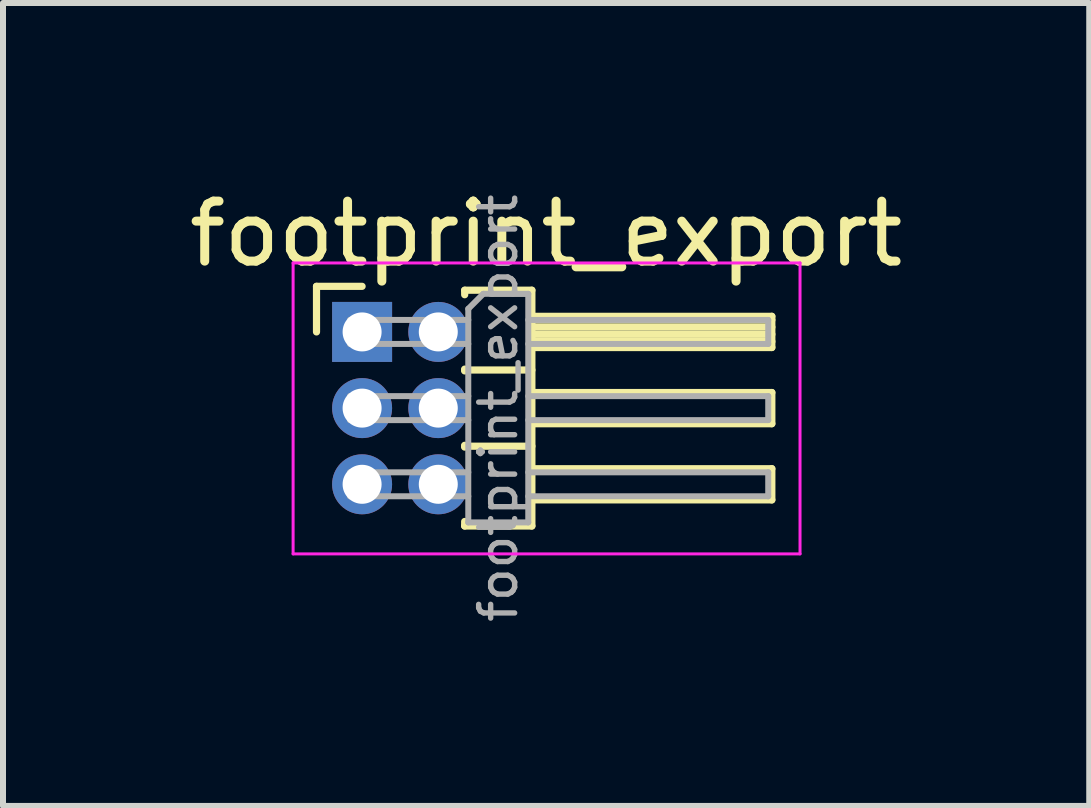
<source format=kicad_pcb>
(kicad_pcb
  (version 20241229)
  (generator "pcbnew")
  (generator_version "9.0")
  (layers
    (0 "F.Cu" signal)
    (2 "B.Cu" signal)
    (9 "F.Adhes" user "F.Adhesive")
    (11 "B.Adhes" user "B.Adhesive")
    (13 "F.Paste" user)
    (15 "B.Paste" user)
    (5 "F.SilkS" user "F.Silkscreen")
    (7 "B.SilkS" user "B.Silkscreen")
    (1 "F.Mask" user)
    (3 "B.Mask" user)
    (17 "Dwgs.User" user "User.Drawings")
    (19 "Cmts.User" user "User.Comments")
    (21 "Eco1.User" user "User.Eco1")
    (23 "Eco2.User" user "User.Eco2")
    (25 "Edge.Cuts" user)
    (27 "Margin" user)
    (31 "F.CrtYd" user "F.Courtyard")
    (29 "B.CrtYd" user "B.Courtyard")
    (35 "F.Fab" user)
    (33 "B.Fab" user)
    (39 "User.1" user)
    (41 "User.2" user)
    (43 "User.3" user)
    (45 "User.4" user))
  (footprint "footprint_export"
    (layer "F.Cu")
    (at 2.986 2.483)
    (property "Reference" "footprint_export" (at 3.067 -1.635 0) (layer "F.SilkS") (effects (font (size 1 1) (thickness 0.15))))
    (attr through_hole)
    (fp_line (start -0.76 -0.76) (end 0 -0.76) (stroke (width 0.12) (type solid)) (layer "F.SilkS"))
    (fp_line (start -0.76 0) (end -0.76 -0.76) (stroke (width 0.12) (type solid)) (layer "F.SilkS"))
    (fp_line (start 1.71 -0.695) (end 2.83 -0.695) (stroke (width 0.12) (type solid)) (layer "F.SilkS"))
    (fp_line (start 1.71 -0.62) (end 1.71 -0.695) (stroke (width 0.12) (type solid)) (layer "F.SilkS"))
    (fp_line (start 1.71 0.62) (end 1.71 0.65) (stroke (width 0.12) (type solid)) (layer "F.SilkS"))
    (fp_line (start 1.71 0.635) (end 2.83 0.635) (stroke (width 0.12) (type solid)) (layer "F.SilkS"))
    (fp_line (start 1.71 1.89) (end 1.71 1.92) (stroke (width 0.12) (type solid)) (layer "F.SilkS"))
    (fp_line (start 1.71 1.905) (end 2.83 1.905) (stroke (width 0.12) (type solid)) (layer "F.SilkS"))
    (fp_line (start 1.71 3.235) (end 1.71 3.16) (stroke (width 0.12) (type solid)) (layer "F.SilkS"))
    (fp_line (start 2.83 -0.695) (end 2.83 3.235) (stroke (width 0.12) (type solid)) (layer "F.SilkS"))
    (fp_line (start 2.83 -0.26) (end 6.83 -0.26) (stroke (width 0.12) (type solid)) (layer "F.SilkS"))
    (fp_line (start 2.83 -0.2) (end 6.83 -0.2) (stroke (width 0.12) (type solid)) (layer "F.SilkS"))
    (fp_line (start 2.83 -0.08) (end 6.83 -0.08) (stroke (width 0.12) (type solid)) (layer "F.SilkS"))
    (fp_line (start 2.83 0.04) (end 6.83 0.04) (stroke (width 0.12) (type solid)) (layer "F.SilkS"))
    (fp_line (start 2.83 0.16) (end 6.83 0.16) (stroke (width 0.12) (type solid)) (layer "F.SilkS"))
    (fp_line (start 2.83 1.01) (end 6.83 1.01) (stroke (width 0.12) (type solid)) (layer "F.SilkS"))
    (fp_line (start 2.83 2.28) (end 6.83 2.28) (stroke (width 0.12) (type solid)) (layer "F.SilkS"))
    (fp_line (start 2.83 3.235) (end 1.71 3.235) (stroke (width 0.12) (type solid)) (layer "F.SilkS"))
    (fp_line (start 6.83 -0.26) (end 6.83 0.26) (stroke (width 0.12) (type solid)) (layer "F.SilkS"))
    (fp_line (start 6.83 0.26) (end 2.83 0.26) (stroke (width 0.12) (type solid)) (layer "F.SilkS"))
    (fp_line (start 6.83 1.01) (end 6.83 1.53) (stroke (width 0.12) (type solid)) (layer "F.SilkS"))
    (fp_line (start 6.83 1.53) (end 2.83 1.53) (stroke (width 0.12) (type solid)) (layer "F.SilkS"))
    (fp_line (start 6.83 2.28) (end 6.83 2.8) (stroke (width 0.12) (type solid)) (layer "F.SilkS"))
    (fp_line (start 6.83 2.8) (end 2.83 2.8) (stroke (width 0.12) (type solid)) (layer "F.SilkS"))
    (fp_line (start -1.15 -1.15) (end -1.15 3.7) (stroke (width 0.05) (type solid)) (layer "F.CrtYd"))
    (fp_line (start -1.15 3.7) (end 7.3 3.7) (stroke (width 0.05) (type solid)) (layer "F.CrtYd"))
    (fp_line (start 7.3 -1.15) (end -1.15 -1.15) (stroke (width 0.05) (type solid)) (layer "F.CrtYd"))
    (fp_line (start 7.3 3.7) (end 7.3 -1.15) (stroke (width 0.05) (type solid)) (layer "F.CrtYd"))
    (fp_line (start -0.2 -0.2) (end -0.2 0.2) (stroke (width 0.1) (type solid)) (layer "F.Fab"))
    (fp_line (start -0.2 -0.2) (end 1.77 -0.2) (stroke (width 0.1) (type solid)) (layer "F.Fab"))
    (fp_line (start -0.2 0.2) (end 1.77 0.2) (stroke (width 0.1) (type solid)) (layer "F.Fab"))
    (fp_line (start -0.2 1.07) (end -0.2 1.47) (stroke (width 0.1) (type solid)) (layer "F.Fab"))
    (fp_line (start -0.2 1.07) (end 1.77 1.07) (stroke (width 0.1) (type solid)) (layer "F.Fab"))
    (fp_line (start -0.2 1.47) (end 1.77 1.47) (stroke (width 0.1) (type solid)) (layer "F.Fab"))
    (fp_line (start -0.2 2.34) (end -0.2 2.74) (stroke (width 0.1) (type solid)) (layer "F.Fab"))
    (fp_line (start -0.2 2.34) (end 1.77 2.34) (stroke (width 0.1) (type solid)) (layer "F.Fab"))
    (fp_line (start -0.2 2.74) (end 1.77 2.74) (stroke (width 0.1) (type solid)) (layer "F.Fab"))
    (fp_line (start 1.77 -0.385) (end 2.02 -0.635) (stroke (width 0.1) (type solid)) (layer "F.Fab"))
    (fp_line (start 1.77 3.175) (end 1.77 -0.385) (stroke (width 0.1) (type solid)) (layer "F.Fab"))
    (fp_line (start 2.02 -0.635) (end 2.77 -0.635) (stroke (width 0.1) (type solid)) (layer "F.Fab"))
    (fp_line (start 2.77 -0.635) (end 2.77 3.175) (stroke (width 0.1) (type solid)) (layer "F.Fab"))
    (fp_line (start 2.77 -0.2) (end 6.77 -0.2) (stroke (width 0.1) (type solid)) (layer "F.Fab"))
    (fp_line (start 2.77 0.2) (end 6.77 0.2) (stroke (width 0.1) (type solid)) (layer "F.Fab"))
    (fp_line (start 2.77 1.07) (end 6.77 1.07) (stroke (width 0.1) (type solid)) (layer "F.Fab"))
    (fp_line (start 2.77 1.47) (end 6.77 1.47) (stroke (width 0.1) (type solid)) (layer "F.Fab"))
    (fp_line (start 2.77 2.34) (end 6.77 2.34) (stroke (width 0.1) (type solid)) (layer "F.Fab"))
    (fp_line (start 2.77 2.74) (end 6.77 2.74) (stroke (width 0.1) (type solid)) (layer "F.Fab"))
    (fp_line (start 2.77 3.175) (end 1.77 3.175) (stroke (width 0.1) (type solid)) (layer "F.Fab"))
    (fp_line (start 6.77 -0.2) (end 6.77 0.2) (stroke (width 0.1) (type solid)) (layer "F.Fab"))
    (fp_line (start 6.77 1.07) (end 6.77 1.47) (stroke (width 0.1) (type solid)) (layer "F.Fab"))
    (fp_line (start 6.77 2.34) (end 6.77 2.74) (stroke (width 0.1) (type solid)) (layer "F.Fab"))
    (fp_text user "${REFERENCE}" (at 2.27 1.27 90) (layer "F.Fab") (effects (font (size 0.6 0.6) (thickness 0.09))))
    (pad "1" thru_hole rect (at 0 0) (size 1 1) (drill 0.65) (layers "*.Cu" "*.Mask"))
    (pad "2" thru_hole oval (at 1.27 0) (size 1 1) (drill 0.65) (layers "*.Cu" "*.Mask"))
    (pad "3" thru_hole oval (at 0 1.27) (size 1 1) (drill 0.65) (layers "*.Cu" "*.Mask"))
    (pad "4" thru_hole oval (at 1.27 1.27) (size 1 1) (drill 0.65) (layers "*.Cu" "*.Mask"))
    (pad "5" thru_hole oval (at 0 2.54) (size 1 1) (drill 0.65) (layers "*.Cu" "*.Mask"))
    (pad "6" thru_hole oval (at 1.27 2.54) (size 1 1) (drill 0.65) (layers "*.Cu" "*.Mask")))
  (gr_rect
    (start -3 -3)
    (end 15.107 10.385)
    (stroke (width 0.1) (type default))
    (fill no)
    (layer "Edge.Cuts")))
</source>
